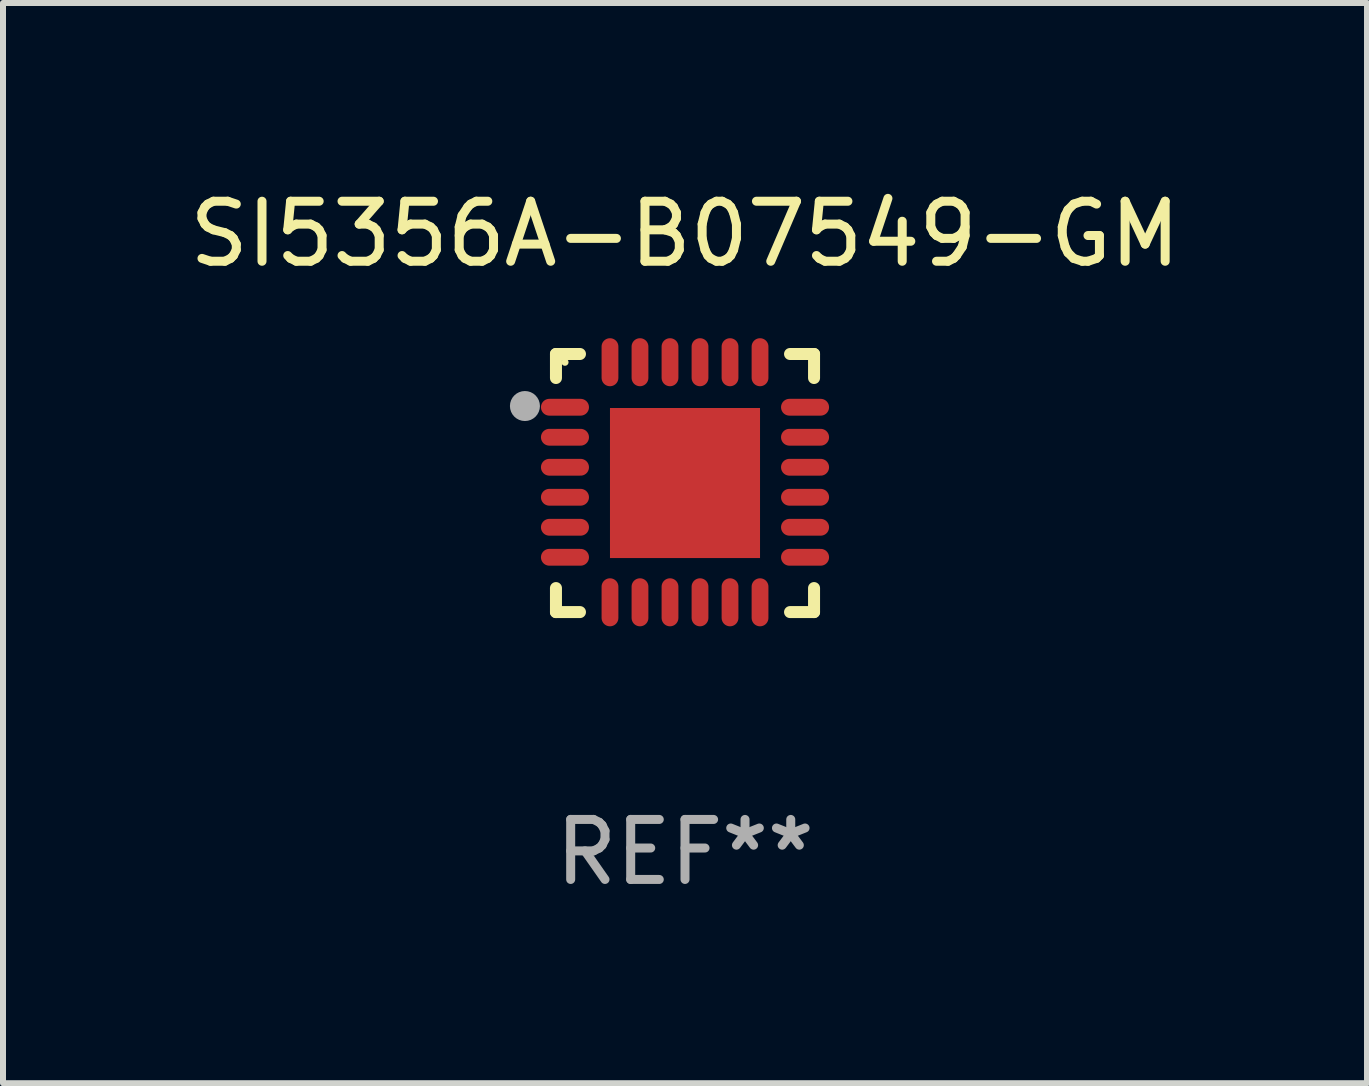
<source format=kicad_pcb>
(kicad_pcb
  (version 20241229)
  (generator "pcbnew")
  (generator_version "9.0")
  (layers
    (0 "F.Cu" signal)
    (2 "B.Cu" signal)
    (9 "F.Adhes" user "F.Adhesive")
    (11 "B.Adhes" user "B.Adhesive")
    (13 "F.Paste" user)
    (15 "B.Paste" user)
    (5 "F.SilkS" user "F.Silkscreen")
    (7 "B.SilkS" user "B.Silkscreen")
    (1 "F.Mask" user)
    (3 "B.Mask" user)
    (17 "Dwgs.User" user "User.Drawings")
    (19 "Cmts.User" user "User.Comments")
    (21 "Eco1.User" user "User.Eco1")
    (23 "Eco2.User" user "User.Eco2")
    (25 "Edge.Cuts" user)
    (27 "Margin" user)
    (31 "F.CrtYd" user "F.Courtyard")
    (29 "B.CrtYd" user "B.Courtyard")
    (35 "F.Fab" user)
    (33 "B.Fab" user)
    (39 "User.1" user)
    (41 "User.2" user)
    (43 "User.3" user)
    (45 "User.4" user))
  (footprint "SI5356A-B07549-GM"
    (layer "F.Cu")
    (at 8.363 4.998)
    (property "Reference" "SI5356A-B07549-GM" (at 0 -4.15 0) (layer "F.SilkS") (effects (font (size 1 1) (thickness 0.15))))
    (attr through_hole)
    (fp_line (start -2.15 -2.15) (end -1.75 -2.15) (stroke (width 0.2) (type solid)) (layer "F.SilkS"))
    (fp_line (start -2.15 -1.75) (end -2.15 -2.15) (stroke (width 0.2) (type solid)) (layer "F.SilkS"))
    (fp_line (start -2.15 2.15) (end -2.15 1.75) (stroke (width 0.2) (type solid)) (layer "F.SilkS"))
    (fp_line (start -1.75 2.15) (end -2.15 2.15) (stroke (width 0.2) (type solid)) (layer "F.SilkS"))
    (fp_line (start 1.75 -2.15) (end 2.15 -2.15) (stroke (width 0.2) (type solid)) (layer "F.SilkS"))
    (fp_line (start 1.75 2.15) (end 2.15 2.15) (stroke (width 0.2) (type solid)) (layer "F.SilkS"))
    (fp_line (start 2.15 -2.15) (end 2.15 -1.75) (stroke (width 0.2) (type solid)) (layer "F.SilkS"))
    (fp_line (start 2.15 2.15) (end 2.15 1.75) (stroke (width 0.2) (type solid)) (layer "F.SilkS"))
    (fp_circle (center -2 -2.013) (end -1.97 -2.013) (stroke (width 0.06) (type solid)) (fill no) (layer "F.SilkS"))
    (fp_circle (center -2.667 -1.283) (end -2.542 -1.283) (stroke (width 0.25) (type solid)) (fill no) (layer "F.Fab"))
    (fp_text user "REF**" (at 0 6.15 0) (layer "F.Fab") (effects (font (size 1 1) (thickness 0.15))))
    (pad "1" smd oval (at -2 -1.263) (size 0.8 0.28) (layers "F.Cu" "F.Mask" "F.Paste"))
    (pad "2" smd oval (at -2 -0.763) (size 0.8 0.28) (layers "F.Cu" "F.Mask" "F.Paste"))
    (pad "3" smd oval (at -2 -0.263) (size 0.8 0.28) (layers "F.Cu" "F.Mask" "F.Paste"))
    (pad "4" smd oval (at -2 0.237) (size 0.8 0.28) (layers "F.Cu" "F.Mask" "F.Paste"))
    (pad "5" smd oval (at -2 0.737) (size 0.8 0.28) (layers "F.Cu" "F.Mask" "F.Paste"))
    (pad "6" smd oval (at -2 1.237) (size 0.8 0.28) (layers "F.Cu" "F.Mask" "F.Paste"))
    (pad "7" smd oval (at -1.25 1.987) (size 0.28 0.8) (layers "F.Cu" "F.Mask" "F.Paste"))
    (pad "8" smd oval (at -0.75 1.987) (size 0.28 0.8) (layers "F.Cu" "F.Mask" "F.Paste"))
    (pad "9" smd oval (at -0.25 1.987) (size 0.28 0.8) (layers "F.Cu" "F.Mask" "F.Paste"))
    (pad "10" smd oval (at 0.25 1.987) (size 0.28 0.8) (layers "F.Cu" "F.Mask" "F.Paste"))
    (pad "11" smd oval (at 0.75 1.987) (size 0.28 0.8) (layers "F.Cu" "F.Mask" "F.Paste"))
    (pad "12" smd oval (at 1.25 1.987) (size 0.28 0.8) (layers "F.Cu" "F.Mask" "F.Paste"))
    (pad "13" smd oval (at 2 1.237) (size 0.8 0.28) (layers "F.Cu" "F.Mask" "F.Paste"))
    (pad "14" smd oval (at 2 0.737) (size 0.8 0.28) (layers "F.Cu" "F.Mask" "F.Paste"))
    (pad "15" smd oval (at 2 0.237) (size 0.8 0.28) (layers "F.Cu" "F.Mask" "F.Paste"))
    (pad "16" smd oval (at 2 -0.263) (size 0.8 0.28) (layers "F.Cu" "F.Mask" "F.Paste"))
    (pad "17" smd oval (at 2 -0.763) (size 0.8 0.28) (layers "F.Cu" "F.Mask" "F.Paste"))
    (pad "18" smd oval (at 2 -1.263) (size 0.8 0.28) (layers "F.Cu" "F.Mask" "F.Paste"))
    (pad "19" smd oval (at 1.25 -2.013) (size 0.28 0.8) (layers "F.Cu" "F.Mask" "F.Paste"))
    (pad "20" smd oval (at 0.75 -2.013) (size 0.28 0.8) (layers "F.Cu" "F.Mask" "F.Paste"))
    (pad "21" smd oval (at 0.25 -2.013) (size 0.28 0.8) (layers "F.Cu" "F.Mask" "F.Paste"))
    (pad "22" smd oval (at -0.25 -2.013) (size 0.28 0.8) (layers "F.Cu" "F.Mask" "F.Paste"))
    (pad "23" smd oval (at -0.75 -2.013) (size 0.28 0.8) (layers "F.Cu" "F.Mask" "F.Paste"))
    (pad "24" smd oval (at -1.25 -2.013) (size 0.28 0.8) (layers "F.Cu" "F.Mask" "F.Paste"))
    (pad "25" smd rect (at -0.000127 -0.00014) (size 2.5 2.5) (layers "F.Cu" "F.Mask" "F.Paste")))
  (gr_rect
    (start -3 -3)
    (end 19.726 14.997)
    (stroke (width 0.1) (type default))
    (fill no)
    (layer "Edge.Cuts")))
</source>
